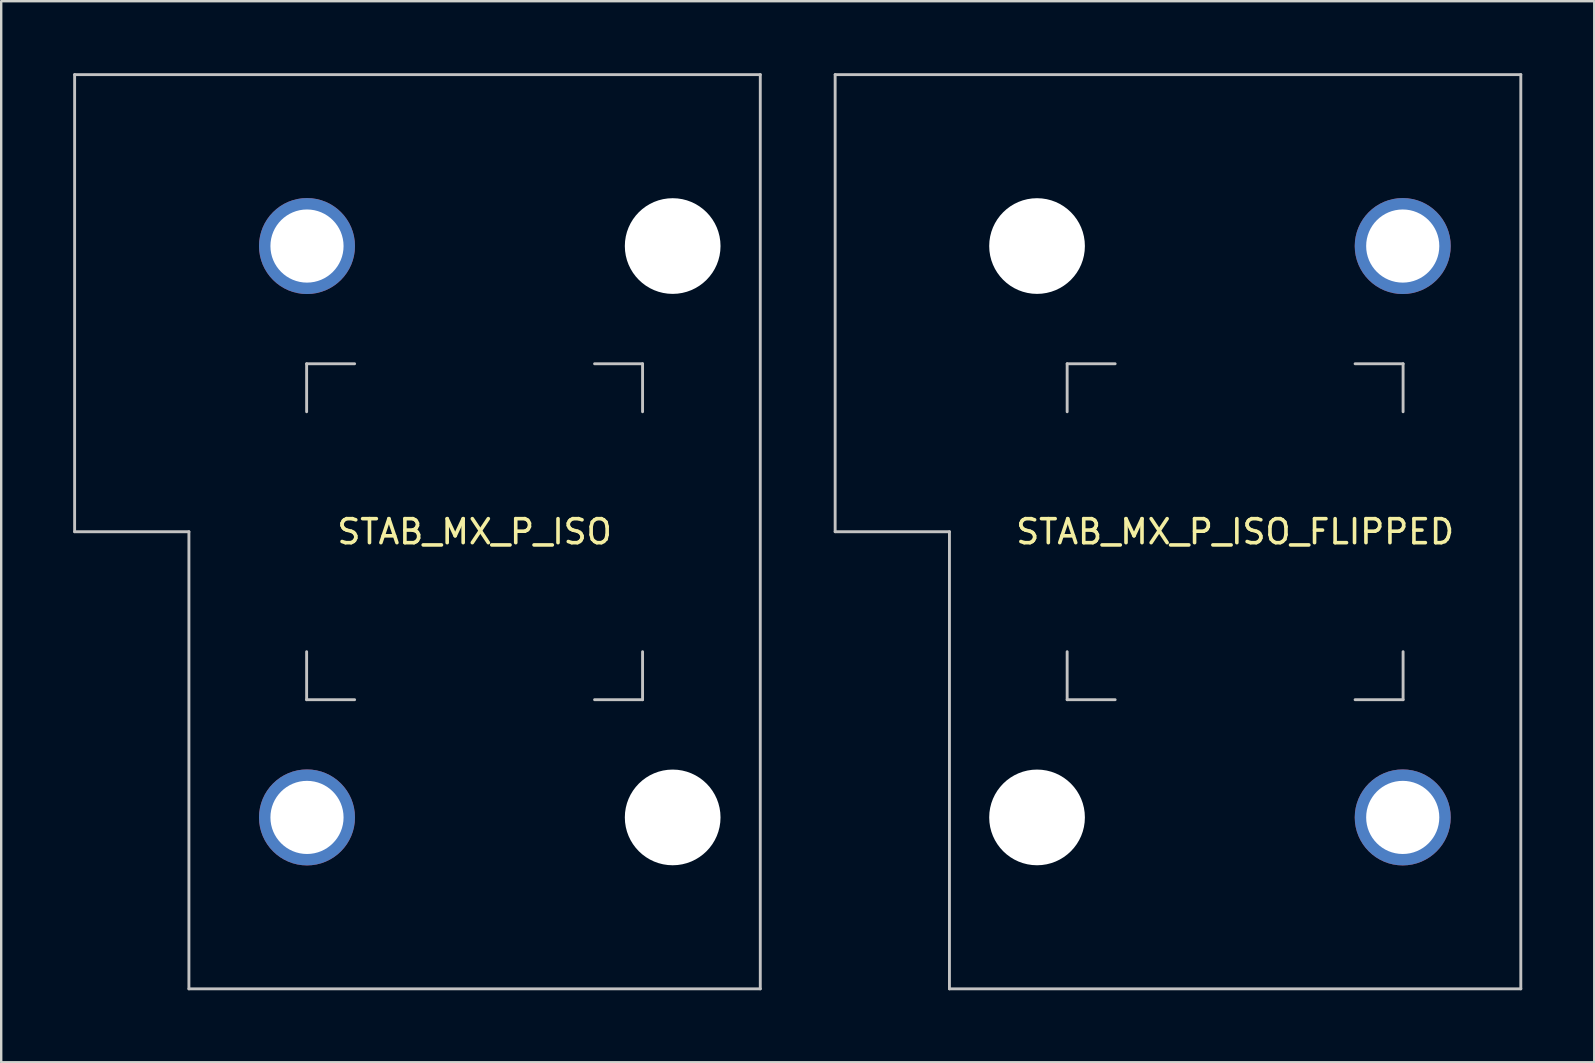
<source format=kicad_pcb>
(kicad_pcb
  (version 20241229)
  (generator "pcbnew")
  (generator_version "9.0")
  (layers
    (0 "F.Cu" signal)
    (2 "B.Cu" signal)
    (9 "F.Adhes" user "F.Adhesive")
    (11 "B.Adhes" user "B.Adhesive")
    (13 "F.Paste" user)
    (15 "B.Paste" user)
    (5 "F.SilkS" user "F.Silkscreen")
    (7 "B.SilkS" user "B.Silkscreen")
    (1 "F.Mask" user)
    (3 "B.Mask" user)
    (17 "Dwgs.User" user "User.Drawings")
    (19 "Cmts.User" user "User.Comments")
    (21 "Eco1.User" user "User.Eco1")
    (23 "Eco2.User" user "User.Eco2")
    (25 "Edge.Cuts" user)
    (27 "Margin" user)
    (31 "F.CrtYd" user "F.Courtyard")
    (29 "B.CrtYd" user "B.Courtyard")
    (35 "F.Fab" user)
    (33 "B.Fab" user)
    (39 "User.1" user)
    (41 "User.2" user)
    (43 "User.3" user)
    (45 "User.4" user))
  (footprint "STAB_MX_P_ISO"
    (layer "F.Cu")
    (at 16.729 19.11)
    (property "Reference" "STAB_MX_P_ISO" (at 0 0 180) (layer "F.SilkS") (effects (font (size 1 1) (thickness 0.15))))
    (attr through_hole exclude_from_pos_files exclude_from_bom)
    (fp_line (start -16.669 -19.05) (end -16.669 0) (stroke (width 0.12) (type solid)) (layer "Dwgs.User"))
    (fp_line (start -16.669 0) (end -11.906 0) (stroke (width 0.12) (type solid)) (layer "Dwgs.User"))
    (fp_line (start -11.906 0) (end -11.906 19.05) (stroke (width 0.12) (type solid)) (layer "Dwgs.User"))
    (fp_line (start -11.906 19.05) (end 11.906 19.05) (stroke (width 0.12) (type solid)) (layer "Dwgs.User"))
    (fp_line (start -7 -7) (end -5 -7) (stroke (width 0.12) (type solid)) (layer "Dwgs.User"))
    (fp_line (start -7 -5) (end -7 -7) (stroke (width 0.12) (type solid)) (layer "Dwgs.User"))
    (fp_line (start -7 7) (end -7 5) (stroke (width 0.12) (type solid)) (layer "Dwgs.User"))
    (fp_line (start -5 7) (end -7 7) (stroke (width 0.12) (type solid)) (layer "Dwgs.User"))
    (fp_line (start 7 -7) (end 5 -7) (stroke (width 0.12) (type solid)) (layer "Dwgs.User"))
    (fp_line (start 7 -5) (end 7 -7) (stroke (width 0.12) (type solid)) (layer "Dwgs.User"))
    (fp_line (start 7 5) (end 7 7) (stroke (width 0.12) (type solid)) (layer "Dwgs.User"))
    (fp_line (start 7 7) (end 5 7) (stroke (width 0.12) (type solid)) (layer "Dwgs.User"))
    (fp_line (start 11.906 -19.05) (end -16.669 -19.05) (stroke (width 0.12) (type solid)) (layer "Dwgs.User"))
    (fp_line (start 11.906 19.05) (end 11.906 -19.05) (stroke (width 0.12) (type solid)) (layer "Dwgs.User"))
    (fp_line (start -6 -9.031) (end -6 -14.78) (stroke (width 0.05) (type solid)) (layer "Eco2.User"))
    (fp_line (start -6 14.781) (end -6 9.031) (stroke (width 0.05) (type solid)) (layer "Eco2.User"))
    (fp_line (start -5.5 -15.28) (end 7.5 -15.281) (stroke (width 0.05) (type solid)) (layer "Eco2.User"))
    (fp_line (start -5.5 -8.531) (end 7.5 -8.531) (stroke (width 0.05) (type solid)) (layer "Eco2.User"))
    (fp_line (start -5.5 8.531) (end 7.5 8.531) (stroke (width 0.05) (type solid)) (layer "Eco2.User"))
    (fp_line (start -5.5 15.281) (end 7.5 15.281) (stroke (width 0.05) (type solid)) (layer "Eco2.User"))
    (fp_line (start 8 -9.031) (end 8 -14.781) (stroke (width 0.05) (type solid)) (layer "Eco2.User"))
    (fp_line (start 8 14.781) (end 8 9.031) (stroke (width 0.05) (type solid)) (layer "Eco2.User"))
    (fp_arc (start -5.999999 -14.780039) (mid -5.853552 -15.133592) (end -5.499999 -15.280039) (stroke (width 0.05) (type solid)) (layer "Eco2.User"))
    (fp_arc (start -5.999999 9.03125) (mid -5.853552 8.677697) (end -5.499999 8.53125) (stroke (width 0.05) (type solid)) (layer "Eco2.User"))
    (fp_arc (start -5.499999 -8.53125) (mid -5.853552 -8.677697) (end -5.999999 -9.03125) (stroke (width 0.05) (type solid)) (layer "Eco2.User"))
    (fp_arc (start -5.499999 15.28125) (mid -5.853552 15.134803) (end -5.999999 14.78125) (stroke (width 0.05) (type solid)) (layer "Eco2.User"))
    (fp_arc (start 7.500001 -15.28125) (mid 7.853554 -15.134803) (end 8.000001 -14.78125) (stroke (width 0.05) (type solid)) (layer "Eco2.User"))
    (fp_arc (start 7.500001 8.53125) (mid 7.853554 8.677697) (end 8.000001 9.03125) (stroke (width 0.05) (type solid)) (layer "Eco2.User"))
    (fp_arc (start 8.000001 -9.03125) (mid 7.853554 -8.677697) (end 7.500001 -8.53125) (stroke (width 0.05) (type solid)) (layer "Eco2.User"))
    (fp_arc (start 8.000001 14.78125) (mid 7.853554 15.134803) (end 7.500001 15.28125) (stroke (width 0.05) (type solid)) (layer "Eco2.User"))
    (pad "" thru_hole circle (at -6.985 -11.906) (size 4 4) (drill 3.048) (layers "*.Cu" "B.Mask"))
    (pad "" thru_hole circle (at -6.985 11.906) (size 4 4) (drill 3.048) (layers "*.Cu" "B.Mask"))
    (pad "" np_thru_hole circle (at 8.255 -11.906 90) (size 3.988 3.988) (drill 3.988) (layers "*.Cu" "*.Mask"))
    (pad "" np_thru_hole circle (at 8.255 11.906 90) (size 3.988 3.988) (drill 3.988) (layers "*.Cu" "*.Mask")))
  (footprint "STAB_MX_P_ISO_FLIPPED"
    (layer "F.Cu")
    (at 48.424 19.11)
    (property "Reference" "STAB_MX_P_ISO_FLIPPED" (at 0 0 0) (layer "F.SilkS") (effects (font (size 1 1) (thickness 0.15))))
    (attr through_hole exclude_from_pos_files exclude_from_bom)
    (fp_line (start -16.669 -19.05) (end -16.669 0) (stroke (width 0.12) (type solid)) (layer "Dwgs.User"))
    (fp_line (start -16.669 0) (end -11.906 0) (stroke (width 0.12) (type solid)) (layer "Dwgs.User"))
    (fp_line (start -11.906 0) (end -11.906 19.05) (stroke (width 0.12) (type solid)) (layer "Dwgs.User"))
    (fp_line (start -11.906 19.05) (end 11.906 19.05) (stroke (width 0.12) (type solid)) (layer "Dwgs.User"))
    (fp_line (start -7 -7) (end -5 -7) (stroke (width 0.12) (type solid)) (layer "Dwgs.User"))
    (fp_line (start -7 -5) (end -7 -7) (stroke (width 0.12) (type solid)) (layer "Dwgs.User"))
    (fp_line (start -7 7) (end -7 5) (stroke (width 0.12) (type solid)) (layer "Dwgs.User"))
    (fp_line (start -5 7) (end -7 7) (stroke (width 0.12) (type solid)) (layer "Dwgs.User"))
    (fp_line (start 7 -7) (end 5 -7) (stroke (width 0.12) (type solid)) (layer "Dwgs.User"))
    (fp_line (start 7 -5) (end 7 -7) (stroke (width 0.12) (type solid)) (layer "Dwgs.User"))
    (fp_line (start 7 5) (end 7 7) (stroke (width 0.12) (type solid)) (layer "Dwgs.User"))
    (fp_line (start 7 7) (end 5 7) (stroke (width 0.12) (type solid)) (layer "Dwgs.User"))
    (fp_line (start 11.906 -19.05) (end -16.669 -19.05) (stroke (width 0.12) (type solid)) (layer "Dwgs.User"))
    (fp_line (start 11.906 19.05) (end 11.906 -19.05) (stroke (width 0.12) (type solid)) (layer "Dwgs.User"))
    (fp_line (start -8 -14.781) (end -8 -9.031) (stroke (width 0.05) (type solid)) (layer "Eco2.User"))
    (fp_line (start -8 9.031) (end -8 14.781) (stroke (width 0.05) (type solid)) (layer "Eco2.User"))
    (fp_line (start 5.5 -15.281) (end -7.5 -15.281) (stroke (width 0.05) (type solid)) (layer "Eco2.User"))
    (fp_line (start 5.5 -8.531) (end -7.5 -8.531) (stroke (width 0.05) (type solid)) (layer "Eco2.User"))
    (fp_line (start 5.5 8.531) (end -7.5 8.531) (stroke (width 0.05) (type solid)) (layer "Eco2.User"))
    (fp_line (start 5.5 15.28) (end -7.5 15.281) (stroke (width 0.05) (type solid)) (layer "Eco2.User"))
    (fp_line (start 6 -14.781) (end 6 -9.031) (stroke (width 0.05) (type solid)) (layer "Eco2.User"))
    (fp_line (start 6 9.031) (end 6 14.78) (stroke (width 0.05) (type solid)) (layer "Eco2.User"))
    (fp_arc (start -8.000001 -14.78125) (mid -7.853554 -15.134803) (end -7.500001 -15.28125) (stroke (width 0.05) (type solid)) (layer "Eco2.User"))
    (fp_arc (start -8.000001 9.03125) (mid -7.853554 8.677697) (end -7.500001 8.53125) (stroke (width 0.05) (type solid)) (layer "Eco2.User"))
    (fp_arc (start -7.500001 -8.53125) (mid -7.853554 -8.677697) (end -8.000001 -9.03125) (stroke (width 0.05) (type solid)) (layer "Eco2.User"))
    (fp_arc (start -7.500001 15.28125) (mid -7.853554 15.134803) (end -8.000001 14.78125) (stroke (width 0.05) (type solid)) (layer "Eco2.User"))
    (fp_arc (start 5.499999 -15.28125) (mid 5.853552 -15.134803) (end 5.999999 -14.78125) (stroke (width 0.05) (type solid)) (layer "Eco2.User"))
    (fp_arc (start 5.499999 8.53125) (mid 5.853552 8.677697) (end 5.999999 9.03125) (stroke (width 0.05) (type solid)) (layer "Eco2.User"))
    (fp_arc (start 5.999999 -9.03125) (mid 5.853552 -8.677697) (end 5.499999 -8.53125) (stroke (width 0.05) (type solid)) (layer "Eco2.User"))
    (fp_arc (start 5.999999 14.780039) (mid 5.853552 15.133592) (end 5.499999 15.280039) (stroke (width 0.05) (type solid)) (layer "Eco2.User"))
    (pad "" np_thru_hole circle (at -8.255 -11.906 270) (size 3.988 3.988) (drill 3.988) (layers "*.Cu" "*.Mask"))
    (pad "" np_thru_hole circle (at -8.255 11.906 270) (size 3.988 3.988) (drill 3.988) (layers "*.Cu" "*.Mask"))
    (pad "" thru_hole circle (at 6.985 -11.906) (size 4 4) (drill 3.048) (layers "*.Cu" "B.Mask"))
    (pad "" thru_hole circle (at 6.985 11.906) (size 4 4) (drill 3.048) (layers "*.Cu" "B.Mask")))
  (gr_rect
    (start -3 -3)
    (end 63.39 41.22)
    (stroke (width 0.1) (type default))
    (fill no)
    (layer "Edge.Cuts")))
</source>
